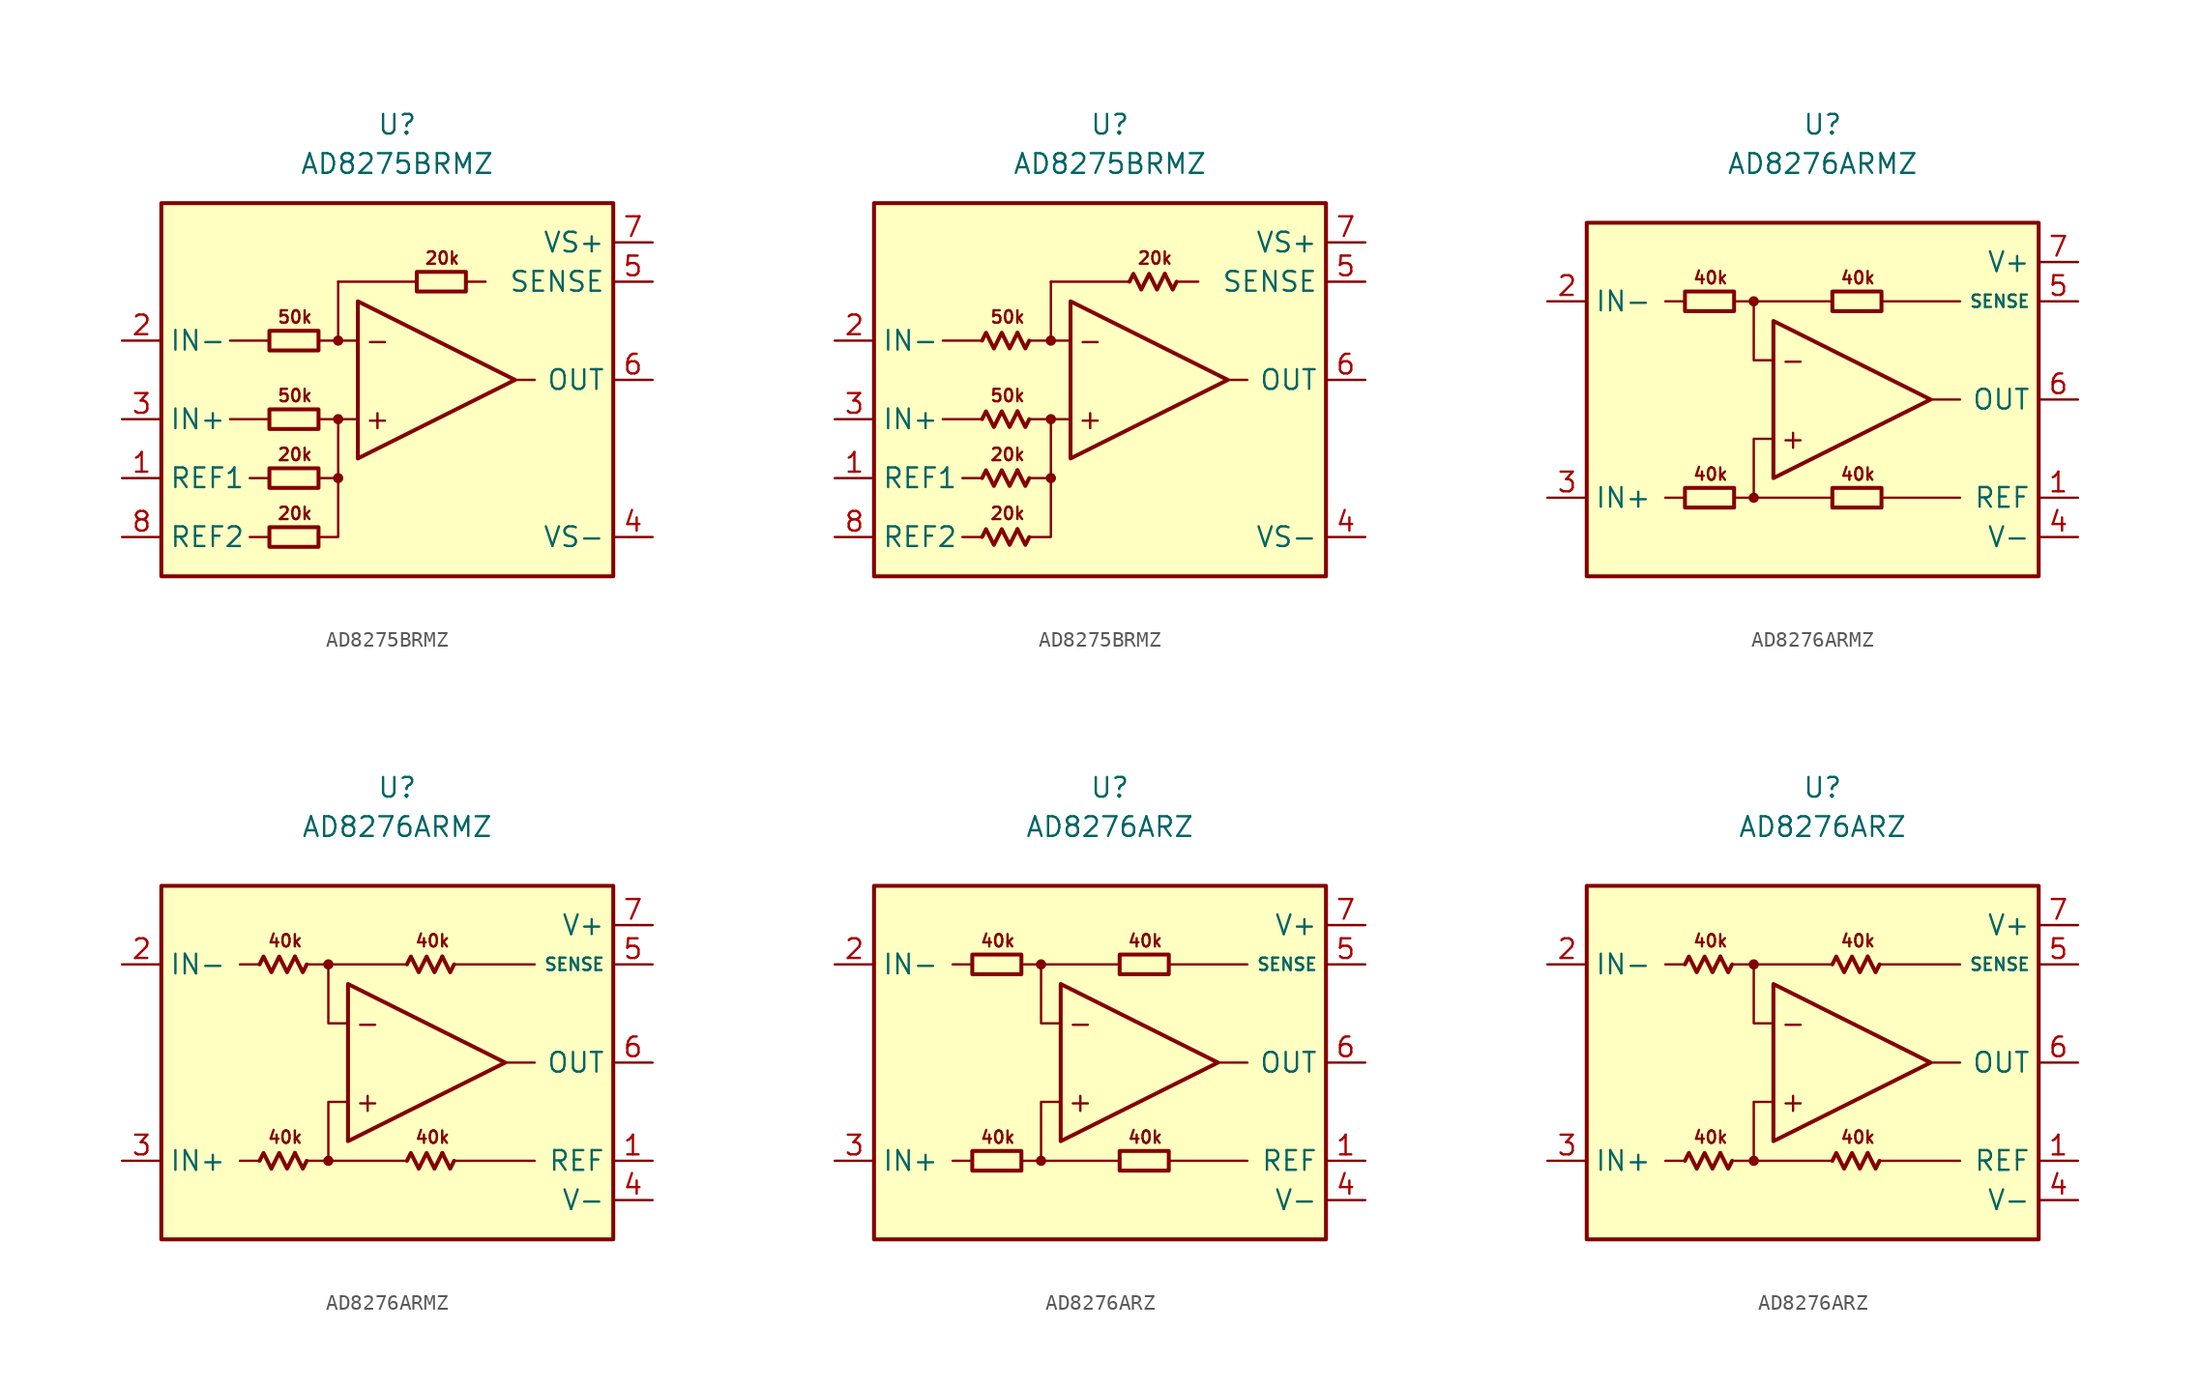
<source format=kicad_sym>
(kicad_symbol_lib
  (version 20231120)
  (generator "kicad_symbol_editor")
  (generator_version "8.0")
  (symbol "AD8275BRMZ"
    (property "Reference" "U"
      (at 0 16.51 0)
      (effects (font (size 1.27 1.27))))
    (property "Value" "AD8275BRMZ"
      (at 0 13.97 0)
      (effects (font (size 1.27 1.27))))
    (symbol "AD8275BRMZ_0_0"
      (rectangle (start -15.24 11.43) (end 13.97 -12.7) (stroke (width 0.254) (type default)) (fill (type background)))
      (circle (center -3.81 -6.35) (radius 0.254) (stroke (width 0.152) (type default)) (fill (type outline)))
      (circle (center -3.81 -2.54) (radius 0.254) (stroke (width 0.152) (type default)) (fill (type outline)))
      (circle (center -3.81 2.54) (radius 0.254) (stroke (width 0.152) (type default)) (fill (type outline)))
      (polyline (pts (xy -8.255 -10.16) (xy -9.525 -10.16)) (stroke (width 0.152) (type default)) (fill (type none)))
      (polyline (pts (xy -8.255 -6.35) (xy -9.525 -6.35)) (stroke (width 0.152) (type default)) (fill (type none)))
      (polyline (pts (xy -8.255 -2.54) (xy -10.795 -2.54)) (stroke (width 0.152) (type default)) (fill (type none)))
      (polyline (pts (xy -8.255 2.54) (xy -10.795 2.54)) (stroke (width 0.152) (type default)) (fill (type none)))
      (polyline (pts (xy -3.81 2.54) (xy -3.81 6.35)) (stroke (width 0.152) (type default)) (fill (type none)))
      (polyline (pts (xy -2.54 -2.54) (xy -5.08 -2.54)) (stroke (width 0.152) (type default)) (fill (type none)))
      (polyline (pts (xy -2.54 2.54) (xy -5.08 2.54)) (stroke (width 0.152) (type default)) (fill (type none)))
      (polyline (pts (xy 1.27 6.35) (xy -3.81 6.35)) (stroke (width 0.152) (type default)) (fill (type none)))
      (polyline (pts (xy 4.445 6.35) (xy 5.715 6.35)) (stroke (width 0.152) (type default)) (fill (type none)))
      (polyline (pts (xy 7.62 0) (xy 8.89 0)) (stroke (width 0.152) (type default)) (fill (type none)))
      (polyline (pts (xy -5.08 -10.16) (xy -3.81 -10.16) (xy -3.81 -6.35)) (stroke (width 0.152) (type default)) (fill (type none)))
      (polyline (pts (xy -5.08 -6.35) (xy -3.81 -6.35) (xy -3.81 -2.54)) (stroke (width 0.152) (type default)) (fill (type none)))
      (polyline (pts (xy -2.54 5.08) (xy -2.54 -5.08) (xy 7.62 0) (xy -2.54 5.08)) (stroke (width 0.254) (type default)) (fill (type none)))
      (text "+" (at -1.27 -2.54 0) (effects (font (size 1.27 1.27))))
      (text "-" (at -1.27 2.54 0) (effects (font (size 1.27 1.27))))
      (text "20k" (at -6.604 -8.636 0) (effects (font (size 0.8 0.8))))
      (text "20k" (at -6.604 -4.826 0) (effects (font (size 0.8 0.8))))
      (text "20k" (at 2.921 7.874 0) (effects (font (size 0.8 0.8))))
      (text "50k" (at -6.604 -1.016 0) (effects (font (size 0.8 0.8))))
      (text "50k" (at -6.604 4.064 0) (effects (font (size 0.8 0.8)))))
    (symbol "AD8275BRMZ_0_1"
      (rectangle (start -8.255 -9.525) (end -5.08 -10.795) (stroke (width 0.254) (type default)) (fill (type none)))
      (rectangle (start -8.255 -5.715) (end -5.08 -6.985) (stroke (width 0.254) (type default)) (fill (type none)))
      (rectangle (start -8.255 -1.905) (end -5.08 -3.175) (stroke (width 0.254) (type default)) (fill (type none)))
      (rectangle (start -8.255 3.175) (end -5.08 1.905) (stroke (width 0.254) (type default)) (fill (type none)))
      (rectangle (start 1.27 6.985) (end 4.445 5.715) (stroke (width 0.254) (type default)) (fill (type none))))
    (symbol "AD8275BRMZ_0_2"
      (polyline (pts (xy -5.969 -9.652) (xy -5.461 -10.668) (xy -5.207 -10.16)) (stroke (width 0.254) (type default)) (fill (type none)))
      (polyline (pts (xy -5.969 -5.842) (xy -5.461 -6.858) (xy -5.207 -6.35)) (stroke (width 0.254) (type default)) (fill (type none)))
      (polyline (pts (xy -5.969 -2.032) (xy -5.461 -3.048) (xy -5.207 -2.54)) (stroke (width 0.254) (type default)) (fill (type none)))
      (polyline (pts (xy -5.969 3.048) (xy -5.461 2.032) (xy -5.207 2.54)) (stroke (width 0.254) (type default)) (fill (type none)))
      (polyline (pts (xy 3.556 6.858) (xy 4.064 5.842) (xy 4.318 6.35)) (stroke (width 0.254) (type default)) (fill (type none)))
      (polyline (pts (xy -8.255 -10.16) (xy -8.001 -9.652) (xy -7.493 -10.668) (xy -6.985 -9.652) (xy -6.477 -10.668) (xy -5.969 -9.652)) (stroke (width 0.254) (type default)) (fill (type none)))
      (polyline (pts (xy -8.255 -6.35) (xy -8.001 -5.842) (xy -7.493 -6.858) (xy -6.985 -5.842) (xy -6.477 -6.858) (xy -5.969 -5.842)) (stroke (width 0.254) (type default)) (fill (type none)))
      (polyline (pts (xy -8.255 -2.54) (xy -8.001 -2.032) (xy -7.493 -3.048) (xy -6.985 -2.032) (xy -6.477 -3.048) (xy -5.969 -2.032)) (stroke (width 0.254) (type default)) (fill (type none)))
      (polyline (pts (xy -8.255 2.54) (xy -8.001 3.048) (xy -7.493 2.032) (xy -6.985 3.048) (xy -6.477 2.032) (xy -5.969 3.048)) (stroke (width 0.254) (type default)) (fill (type none)))
      (polyline (pts (xy 1.27 6.35) (xy 1.524 6.858) (xy 2.032 5.842) (xy 2.54 6.858) (xy 3.048 5.842) (xy 3.556 6.858)) (stroke (width 0.254) (type default)) (fill (type none))))
    (symbol "AD8275BRMZ_1_1"
      (pin input line (at -17.78 -6.35 0) (length 2.54) (name "REF1" (effects (font (size 1.27 1.27)))) (number "1" (effects (font (size 1.27 1.27)))))
      (pin input line (at -17.78 2.54 0) (length 2.54) (name "IN-" (effects (font (size 1.27 1.27)))) (number "2" (effects (font (size 1.27 1.27)))))
      (pin input line (at -17.78 -2.54 0) (length 2.54) (name "IN+" (effects (font (size 1.27 1.27)))) (number "3" (effects (font (size 1.27 1.27)))))
      (pin power_in line (at 16.51 -10.16 180) (length 2.54) (name "VS-" (effects (font (size 1.27 1.27)))) (number "4" (effects (font (size 1.27 1.27)))))
      (pin input line (at 16.51 6.35 180) (length 2.54) (name "SENSE" (effects (font (size 1.27 1.27)))) (number "5" (effects (font (size 1.27 1.27)))))
      (pin output line (at 16.51 0 180) (length 2.54) (name "OUT" (effects (font (size 1.27 1.27)))) (number "6" (effects (font (size 1.27 1.27)))))
      (pin power_in line (at 16.51 8.89 180) (length 2.54) (name "VS+" (effects (font (size 1.27 1.27)))) (number "7" (effects (font (size 1.27 1.27)))))
      (pin input line (at -17.78 -10.16 0) (length 2.54) (name "REF2" (effects (font (size 1.27 1.27)))) (number "8" (effects (font (size 1.27 1.27))))))
    (symbol "AD8275BRMZ_1_2"
      (pin input line (at -17.78 -6.35 0) (length 2.54) (name "REF1" (effects (font (size 1.27 1.27)))) (number "1" (effects (font (size 1.27 1.27)))))
      (pin input line (at -17.78 2.54 0) (length 2.54) (name "IN-" (effects (font (size 1.27 1.27)))) (number "2" (effects (font (size 1.27 1.27)))))
      (pin input line (at -17.78 -2.54 0) (length 2.54) (name "IN+" (effects (font (size 1.27 1.27)))) (number "3" (effects (font (size 1.27 1.27)))))
      (pin power_in line (at 16.51 -10.16 180) (length 2.54) (name "VS-" (effects (font (size 1.27 1.27)))) (number "4" (effects (font (size 1.27 1.27)))))
      (pin input line (at 16.51 6.35 180) (length 2.54) (name "SENSE" (effects (font (size 1.27 1.27)))) (number "5" (effects (font (size 1.27 1.27)))))
      (pin output line (at 16.51 0 180) (length 2.54) (name "OUT" (effects (font (size 1.27 1.27)))) (number "6" (effects (font (size 1.27 1.27)))))
      (pin power_in line (at 16.51 8.89 180) (length 2.54) (name "VS+" (effects (font (size 1.27 1.27)))) (number "7" (effects (font (size 1.27 1.27)))))
      (pin input line (at -17.78 -10.16 0) (length 2.54) (name "REF2" (effects (font (size 1.27 1.27)))) (number "8" (effects (font (size 1.27 1.27)))))))
  (symbol "AD8276ARMZ"
    (property "Reference" "U"
      (at 0 17.78 0)
      (effects (font (size 1.27 1.27))))
    (property "Value" "AD8276ARMZ"
      (at 0 15.24 0)
      (effects (font (size 1.27 1.27))))
    (symbol "AD8276ARMZ_0_0"
      (rectangle (start -15.24 11.43) (end 13.97 -11.43) (stroke (width 0.254) (type default)) (fill (type background)))
      (circle (center -4.445 -6.35) (radius 0.254) (stroke (width 0.152) (type default)) (fill (type outline)))
      (circle (center -4.445 6.35) (radius 0.254) (stroke (width 0.152) (type default)) (fill (type outline)))
      (polyline (pts (xy -8.89 -6.35) (xy -10.16 -6.35)) (stroke (width 0.152) (type default)) (fill (type none)))
      (polyline (pts (xy -8.89 6.35) (xy -10.16 6.35)) (stroke (width 0.152) (type default)) (fill (type none)))
      (polyline (pts (xy -4.445 6.35) (xy 0.635 6.35)) (stroke (width 0.152) (type default)) (fill (type none)))
      (polyline (pts (xy 0.635 -6.35) (xy -4.445 -6.35)) (stroke (width 0.152) (type default)) (fill (type none)))
      (polyline (pts (xy 3.81 -6.35) (xy 8.89 -6.35)) (stroke (width 0.152) (type default)) (fill (type none)))
      (polyline (pts (xy 3.81 6.35) (xy 8.89 6.35)) (stroke (width 0.152) (type default)) (fill (type none)))
      (polyline (pts (xy 6.985 0) (xy 8.89 0)) (stroke (width 0.152) (type default)) (fill (type none)))
      (polyline (pts (xy -5.715 -6.35) (xy -4.445 -6.35) (xy -4.445 -2.54) (xy -3.175 -2.54)) (stroke (width 0.152) (type default)) (fill (type none)))
      (polyline (pts (xy -3.175 2.54) (xy -4.445 2.54) (xy -4.445 6.35) (xy -5.715 6.35)) (stroke (width 0.152) (type default)) (fill (type none)))
      (polyline (pts (xy -3.175 5.08) (xy -3.175 -5.08) (xy 6.985 0) (xy -3.175 5.08)) (stroke (width 0.254) (type default)) (fill (type none)))
      (text "+" (at -1.905 -2.54 0) (effects (font (size 1.27 1.27))))
      (text "-" (at -1.905 2.54 0) (effects (font (size 1.27 1.27))))
      (text "40k" (at -7.239 -4.826 0) (effects (font (size 0.8 0.8))))
      (text "40k" (at -7.239 7.874 0) (effects (font (size 0.8 0.8))))
      (text "40k" (at 2.286 -4.826 0) (effects (font (size 0.8 0.8))))
      (text "40k" (at 2.286 7.874 0) (effects (font (size 0.8 0.8)))))
    (symbol "AD8276ARMZ_0_1"
      (rectangle (start -8.89 -5.715) (end -5.715 -6.985) (stroke (width 0.254) (type default)) (fill (type none)))
      (rectangle (start -8.89 6.985) (end -5.715 5.715) (stroke (width 0.254) (type default)) (fill (type none)))
      (rectangle (start 0.635 -5.715) (end 3.81 -6.985) (stroke (width 0.254) (type default)) (fill (type none)))
      (rectangle (start 0.635 6.985) (end 3.81 5.715) (stroke (width 0.254) (type default)) (fill (type none))))
    (symbol "AD8276ARMZ_0_2"
      (polyline (pts (xy -6.604 -5.842) (xy -6.096 -6.858) (xy -5.842 -6.35)) (stroke (width 0.254) (type default)) (fill (type none)))
      (polyline (pts (xy -6.604 6.858) (xy -6.096 5.842) (xy -5.842 6.35)) (stroke (width 0.254) (type default)) (fill (type none)))
      (polyline (pts (xy 2.921 -5.842) (xy 3.429 -6.858) (xy 3.683 -6.35)) (stroke (width 0.254) (type default)) (fill (type none)))
      (polyline (pts (xy 2.921 6.858) (xy 3.429 5.842) (xy 3.683 6.35)) (stroke (width 0.254) (type default)) (fill (type none)))
      (polyline (pts (xy -8.89 -6.35) (xy -8.636 -5.842) (xy -8.128 -6.858) (xy -7.62 -5.842) (xy -7.112 -6.858) (xy -6.604 -5.842)) (stroke (width 0.254) (type default)) (fill (type none)))
      (polyline (pts (xy -8.89 6.35) (xy -8.636 6.858) (xy -8.128 5.842) (xy -7.62 6.858) (xy -7.112 5.842) (xy -6.604 6.858)) (stroke (width 0.254) (type default)) (fill (type none)))
      (polyline (pts (xy 0.635 -6.35) (xy 0.889 -5.842) (xy 1.397 -6.858) (xy 1.905 -5.842) (xy 2.413 -6.858) (xy 2.921 -5.842)) (stroke (width 0.254) (type default)) (fill (type none)))
      (polyline (pts (xy 0.635 6.35) (xy 0.889 6.858) (xy 1.397 5.842) (xy 1.905 6.858) (xy 2.413 5.842) (xy 2.921 6.858)) (stroke (width 0.254) (type default)) (fill (type none))))
    (symbol "AD8276ARMZ_1_1"
      (pin input line (at 16.51 -6.35 180) (length 2.54) (name "REF" (effects (font (size 1.27 1.27)))) (number "1" (effects (font (size 1.27 1.27)))))
      (pin input line (at -17.78 6.35 0) (length 2.54) (name "IN-" (effects (font (size 1.27 1.27)))) (number "2" (effects (font (size 1.27 1.27)))))
      (pin input line (at -17.78 -6.35 0) (length 2.54) (name "IN+" (effects (font (size 1.27 1.27)))) (number "3" (effects (font (size 1.27 1.27)))))
      (pin power_in line (at 16.51 -8.89 180) (length 2.54) (name "V-" (effects (font (size 1.27 1.27)))) (number "4" (effects (font (size 1.27 1.27)))))
      (pin input line (at 16.51 6.35 180) (length 2.54) (name "SENSE" (effects (font (size 0.8 0.8)))) (number "5" (effects (font (size 1.27 1.27)))))
      (pin output line (at 16.51 0 180) (length 2.54) (name "OUT" (effects (font (size 1.27 1.27)))) (number "6" (effects (font (size 1.27 1.27)))))
      (pin power_in line (at 16.51 8.89 180) (length 2.54) (name "V+" (effects (font (size 1.27 1.27)))) (number "7" (effects (font (size 1.27 1.27)))))
      (pin free line (at -7.62 0 0) (length 2.54) hide (name "NC" (effects (font (size 1.27 1.27)))) (number "8" (effects (font (size 1.27 1.27))))))
    (symbol "AD8276ARMZ_1_2"
      (pin input line (at 16.51 -6.35 180) (length 2.54) (name "REF" (effects (font (size 1.27 1.27)))) (number "1" (effects (font (size 1.27 1.27)))))
      (pin input line (at -17.78 6.35 0) (length 2.54) (name "IN-" (effects (font (size 1.27 1.27)))) (number "2" (effects (font (size 1.27 1.27)))))
      (pin input line (at -17.78 -6.35 0) (length 2.54) (name "IN+" (effects (font (size 1.27 1.27)))) (number "3" (effects (font (size 1.27 1.27)))))
      (pin power_in line (at 16.51 -8.89 180) (length 2.54) (name "V-" (effects (font (size 1.27 1.27)))) (number "4" (effects (font (size 1.27 1.27)))))
      (pin input line (at 16.51 6.35 180) (length 2.54) (name "SENSE" (effects (font (size 0.8 0.8)))) (number "5" (effects (font (size 1.27 1.27)))))
      (pin output line (at 16.51 0 180) (length 2.54) (name "OUT" (effects (font (size 1.27 1.27)))) (number "6" (effects (font (size 1.27 1.27)))))
      (pin power_in line (at 16.51 8.89 180) (length 2.54) (name "V+" (effects (font (size 1.27 1.27)))) (number "7" (effects (font (size 1.27 1.27)))))
      (pin free line (at -7.62 0 0) (length 2.54) hide (name "NC" (effects (font (size 1.27 1.27)))) (number "8" (effects (font (size 1.27 1.27)))))))
  (symbol "AD8276ARZ"
    (property "Reference" "U"
      (at 0 17.78 0)
      (effects (font (size 1.27 1.27))))
    (property "Value" "AD8276ARZ"
      (at 0 15.24 0)
      (effects (font (size 1.27 1.27))))
    (symbol "AD8276ARZ_0_0"
      (rectangle (start -15.24 11.43) (end 13.97 -11.43) (stroke (width 0.254) (type default)) (fill (type background)))
      (circle (center -4.445 -6.35) (radius 0.254) (stroke (width 0.152) (type default)) (fill (type outline)))
      (circle (center -4.445 6.35) (radius 0.254) (stroke (width 0.152) (type default)) (fill (type outline)))
      (polyline (pts (xy -8.89 -6.35) (xy -10.16 -6.35)) (stroke (width 0.152) (type default)) (fill (type none)))
      (polyline (pts (xy -8.89 6.35) (xy -10.16 6.35)) (stroke (width 0.152) (type default)) (fill (type none)))
      (polyline (pts (xy -4.445 6.35) (xy 0.635 6.35)) (stroke (width 0.152) (type default)) (fill (type none)))
      (polyline (pts (xy 0.635 -6.35) (xy -4.445 -6.35)) (stroke (width 0.152) (type default)) (fill (type none)))
      (polyline (pts (xy 3.81 -6.35) (xy 8.89 -6.35)) (stroke (width 0.152) (type default)) (fill (type none)))
      (polyline (pts (xy 3.81 6.35) (xy 8.89 6.35)) (stroke (width 0.152) (type default)) (fill (type none)))
      (polyline (pts (xy 6.985 0) (xy 8.89 0)) (stroke (width 0.152) (type default)) (fill (type none)))
      (polyline (pts (xy -5.715 -6.35) (xy -4.445 -6.35) (xy -4.445 -2.54) (xy -3.175 -2.54)) (stroke (width 0.152) (type default)) (fill (type none)))
      (polyline (pts (xy -3.175 2.54) (xy -4.445 2.54) (xy -4.445 6.35) (xy -5.715 6.35)) (stroke (width 0.152) (type default)) (fill (type none)))
      (polyline (pts (xy -3.175 5.08) (xy -3.175 -5.08) (xy 6.985 0) (xy -3.175 5.08)) (stroke (width 0.254) (type default)) (fill (type none)))
      (text "+" (at -1.905 -2.54 0) (effects (font (size 1.27 1.27))))
      (text "-" (at -1.905 2.54 0) (effects (font (size 1.27 1.27))))
      (text "40k" (at -7.239 -4.826 0) (effects (font (size 0.8 0.8))))
      (text "40k" (at -7.239 7.874 0) (effects (font (size 0.8 0.8))))
      (text "40k" (at 2.286 -4.826 0) (effects (font (size 0.8 0.8))))
      (text "40k" (at 2.286 7.874 0) (effects (font (size 0.8 0.8)))))
    (symbol "AD8276ARZ_0_1"
      (rectangle (start -8.89 -5.715) (end -5.715 -6.985) (stroke (width 0.254) (type default)) (fill (type none)))
      (rectangle (start -8.89 6.985) (end -5.715 5.715) (stroke (width 0.254) (type default)) (fill (type none)))
      (rectangle (start 0.635 -5.715) (end 3.81 -6.985) (stroke (width 0.254) (type default)) (fill (type none)))
      (rectangle (start 0.635 6.985) (end 3.81 5.715) (stroke (width 0.254) (type default)) (fill (type none))))
    (symbol "AD8276ARZ_0_2"
      (polyline (pts (xy -6.604 -5.842) (xy -6.096 -6.858) (xy -5.842 -6.35)) (stroke (width 0.254) (type default)) (fill (type none)))
      (polyline (pts (xy -6.604 6.858) (xy -6.096 5.842) (xy -5.842 6.35)) (stroke (width 0.254) (type default)) (fill (type none)))
      (polyline (pts (xy 2.921 -5.842) (xy 3.429 -6.858) (xy 3.683 -6.35)) (stroke (width 0.254) (type default)) (fill (type none)))
      (polyline (pts (xy 2.921 6.858) (xy 3.429 5.842) (xy 3.683 6.35)) (stroke (width 0.254) (type default)) (fill (type none)))
      (polyline (pts (xy -8.89 -6.35) (xy -8.636 -5.842) (xy -8.128 -6.858) (xy -7.62 -5.842) (xy -7.112 -6.858) (xy -6.604 -5.842)) (stroke (width 0.254) (type default)) (fill (type none)))
      (polyline (pts (xy -8.89 6.35) (xy -8.636 6.858) (xy -8.128 5.842) (xy -7.62 6.858) (xy -7.112 5.842) (xy -6.604 6.858)) (stroke (width 0.254) (type default)) (fill (type none)))
      (polyline (pts (xy 0.635 -6.35) (xy 0.889 -5.842) (xy 1.397 -6.858) (xy 1.905 -5.842) (xy 2.413 -6.858) (xy 2.921 -5.842)) (stroke (width 0.254) (type default)) (fill (type none)))
      (polyline (pts (xy 0.635 6.35) (xy 0.889 6.858) (xy 1.397 5.842) (xy 1.905 6.858) (xy 2.413 5.842) (xy 2.921 6.858)) (stroke (width 0.254) (type default)) (fill (type none))))
    (symbol "AD8276ARZ_1_1"
      (pin input line (at 16.51 -6.35 180) (length 2.54) (name "REF" (effects (font (size 1.27 1.27)))) (number "1" (effects (font (size 1.27 1.27)))))
      (pin input line (at -17.78 6.35 0) (length 2.54) (name "IN-" (effects (font (size 1.27 1.27)))) (number "2" (effects (font (size 1.27 1.27)))))
      (pin input line (at -17.78 -6.35 0) (length 2.54) (name "IN+" (effects (font (size 1.27 1.27)))) (number "3" (effects (font (size 1.27 1.27)))))
      (pin power_in line (at 16.51 -8.89 180) (length 2.54) (name "V-" (effects (font (size 1.27 1.27)))) (number "4" (effects (font (size 1.27 1.27)))))
      (pin input line (at 16.51 6.35 180) (length 2.54) (name "SENSE" (effects (font (size 0.8 0.8)))) (number "5" (effects (font (size 1.27 1.27)))))
      (pin output line (at 16.51 0 180) (length 2.54) (name "OUT" (effects (font (size 1.27 1.27)))) (number "6" (effects (font (size 1.27 1.27)))))
      (pin power_in line (at 16.51 8.89 180) (length 2.54) (name "V+" (effects (font (size 1.27 1.27)))) (number "7" (effects (font (size 1.27 1.27)))))
      (pin free line (at -7.62 0 0) (length 2.54) hide (name "NC" (effects (font (size 1.27 1.27)))) (number "8" (effects (font (size 1.27 1.27))))))
    (symbol "AD8276ARZ_1_2"
      (pin input line (at 16.51 -6.35 180) (length 2.54) (name "REF" (effects (font (size 1.27 1.27)))) (number "1" (effects (font (size 1.27 1.27)))))
      (pin input line (at -17.78 6.35 0) (length 2.54) (name "IN-" (effects (font (size 1.27 1.27)))) (number "2" (effects (font (size 1.27 1.27)))))
      (pin input line (at -17.78 -6.35 0) (length 2.54) (name "IN+" (effects (font (size 1.27 1.27)))) (number "3" (effects (font (size 1.27 1.27)))))
      (pin power_in line (at 16.51 -8.89 180) (length 2.54) (name "V-" (effects (font (size 1.27 1.27)))) (number "4" (effects (font (size 1.27 1.27)))))
      (pin input line (at 16.51 6.35 180) (length 2.54) (name "SENSE" (effects (font (size 0.8 0.8)))) (number "5" (effects (font (size 1.27 1.27)))))
      (pin output line (at 16.51 0 180) (length 2.54) (name "OUT" (effects (font (size 1.27 1.27)))) (number "6" (effects (font (size 1.27 1.27)))))
      (pin power_in line (at 16.51 8.89 180) (length 2.54) (name "V+" (effects (font (size 1.27 1.27)))) (number "7" (effects (font (size 1.27 1.27)))))
      (pin free line (at -7.62 0 0) (length 2.54) hide (name "NC" (effects (font (size 1.27 1.27)))) (number "8" (effects (font (size 1.27 1.27))))))))
</source>
